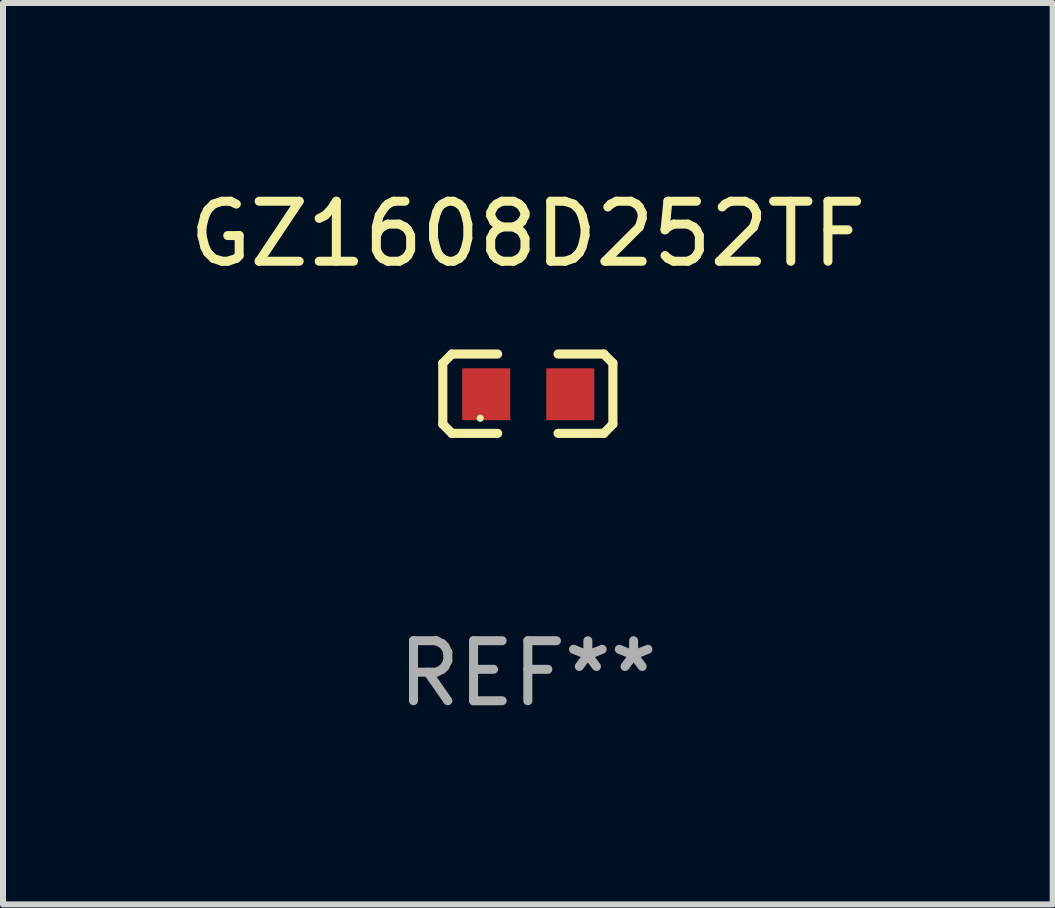
<source format=kicad_pcb>
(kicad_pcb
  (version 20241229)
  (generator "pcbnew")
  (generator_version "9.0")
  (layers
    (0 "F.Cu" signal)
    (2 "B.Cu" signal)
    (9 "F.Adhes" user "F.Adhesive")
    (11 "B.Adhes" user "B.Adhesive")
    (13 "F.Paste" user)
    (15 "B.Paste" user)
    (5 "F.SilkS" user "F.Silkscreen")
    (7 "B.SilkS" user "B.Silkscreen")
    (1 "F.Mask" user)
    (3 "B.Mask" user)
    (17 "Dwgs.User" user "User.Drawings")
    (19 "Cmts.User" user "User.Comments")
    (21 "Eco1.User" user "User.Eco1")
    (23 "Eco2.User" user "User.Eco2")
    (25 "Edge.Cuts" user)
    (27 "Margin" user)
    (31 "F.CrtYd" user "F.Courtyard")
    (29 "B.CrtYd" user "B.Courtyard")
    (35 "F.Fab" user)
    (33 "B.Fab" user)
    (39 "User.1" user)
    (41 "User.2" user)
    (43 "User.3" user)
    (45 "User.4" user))
  (footprint "GZ1608D252TF"
    (layer "F.Cu")
    (at 5.744 3.509)
    (property "Reference" "GZ1608D252TF" (at 0 -2.661 0) (layer "F.SilkS") (effects (font (size 1 1) (thickness 0.15))))
    (attr through_hole)
    (fp_line (start -1.417 -0.508) (end -1.265 -0.661) (stroke (width 0.152) (type solid)) (layer "F.SilkS"))
    (fp_line (start -1.417 0.508) (end -1.417 -0.508) (stroke (width 0.152) (type solid)) (layer "F.SilkS"))
    (fp_line (start -1.265 -0.661) (end -0.503 -0.661) (stroke (width 0.152) (type solid)) (layer "F.SilkS"))
    (fp_line (start -1.265 0.661) (end -1.417 0.508) (stroke (width 0.152) (type solid)) (layer "F.SilkS"))
    (fp_line (start -1.265 0.661) (end -0.503 0.661) (stroke (width 0.152) (type solid)) (layer "F.SilkS"))
    (fp_line (start 1.265 -0.661) (end 0.503 -0.661) (stroke (width 0.152) (type solid)) (layer "F.SilkS"))
    (fp_line (start 1.265 -0.661) (end 1.417 -0.508) (stroke (width 0.152) (type solid)) (layer "F.SilkS"))
    (fp_line (start 1.265 0.661) (end 0.503 0.661) (stroke (width 0.152) (type solid)) (layer "F.SilkS"))
    (fp_line (start 1.417 -0.508) (end 1.417 0.508) (stroke (width 0.152) (type solid)) (layer "F.SilkS"))
    (fp_line (start 1.417 0.508) (end 1.265 0.661) (stroke (width 0.152) (type solid)) (layer "F.SilkS"))
    (fp_circle (center -0.793 0.409) (end -0.763 0.409) (stroke (width 0.06) (type solid)) (fill no) (layer "F.SilkS"))
    (fp_text user "REF**" (at 0 4.661 0) (layer "F.Fab") (effects (font (size 1 1) (thickness 0.15))))
    (pad "1" smd rect (at -0.693 0.009 180) (size 0.8 0.864) (layers "F.Cu" "F.Mask" "F.Paste"))
    (pad "2" smd rect (at 0.707 0.009 180) (size 0.8 0.864) (layers "F.Cu" "F.Mask" "F.Paste")))
  (gr_rect
    (start -3 -3)
    (end 14.488 12.018)
    (stroke (width 0.1) (type default))
    (fill no)
    (layer "Edge.Cuts")))
</source>
